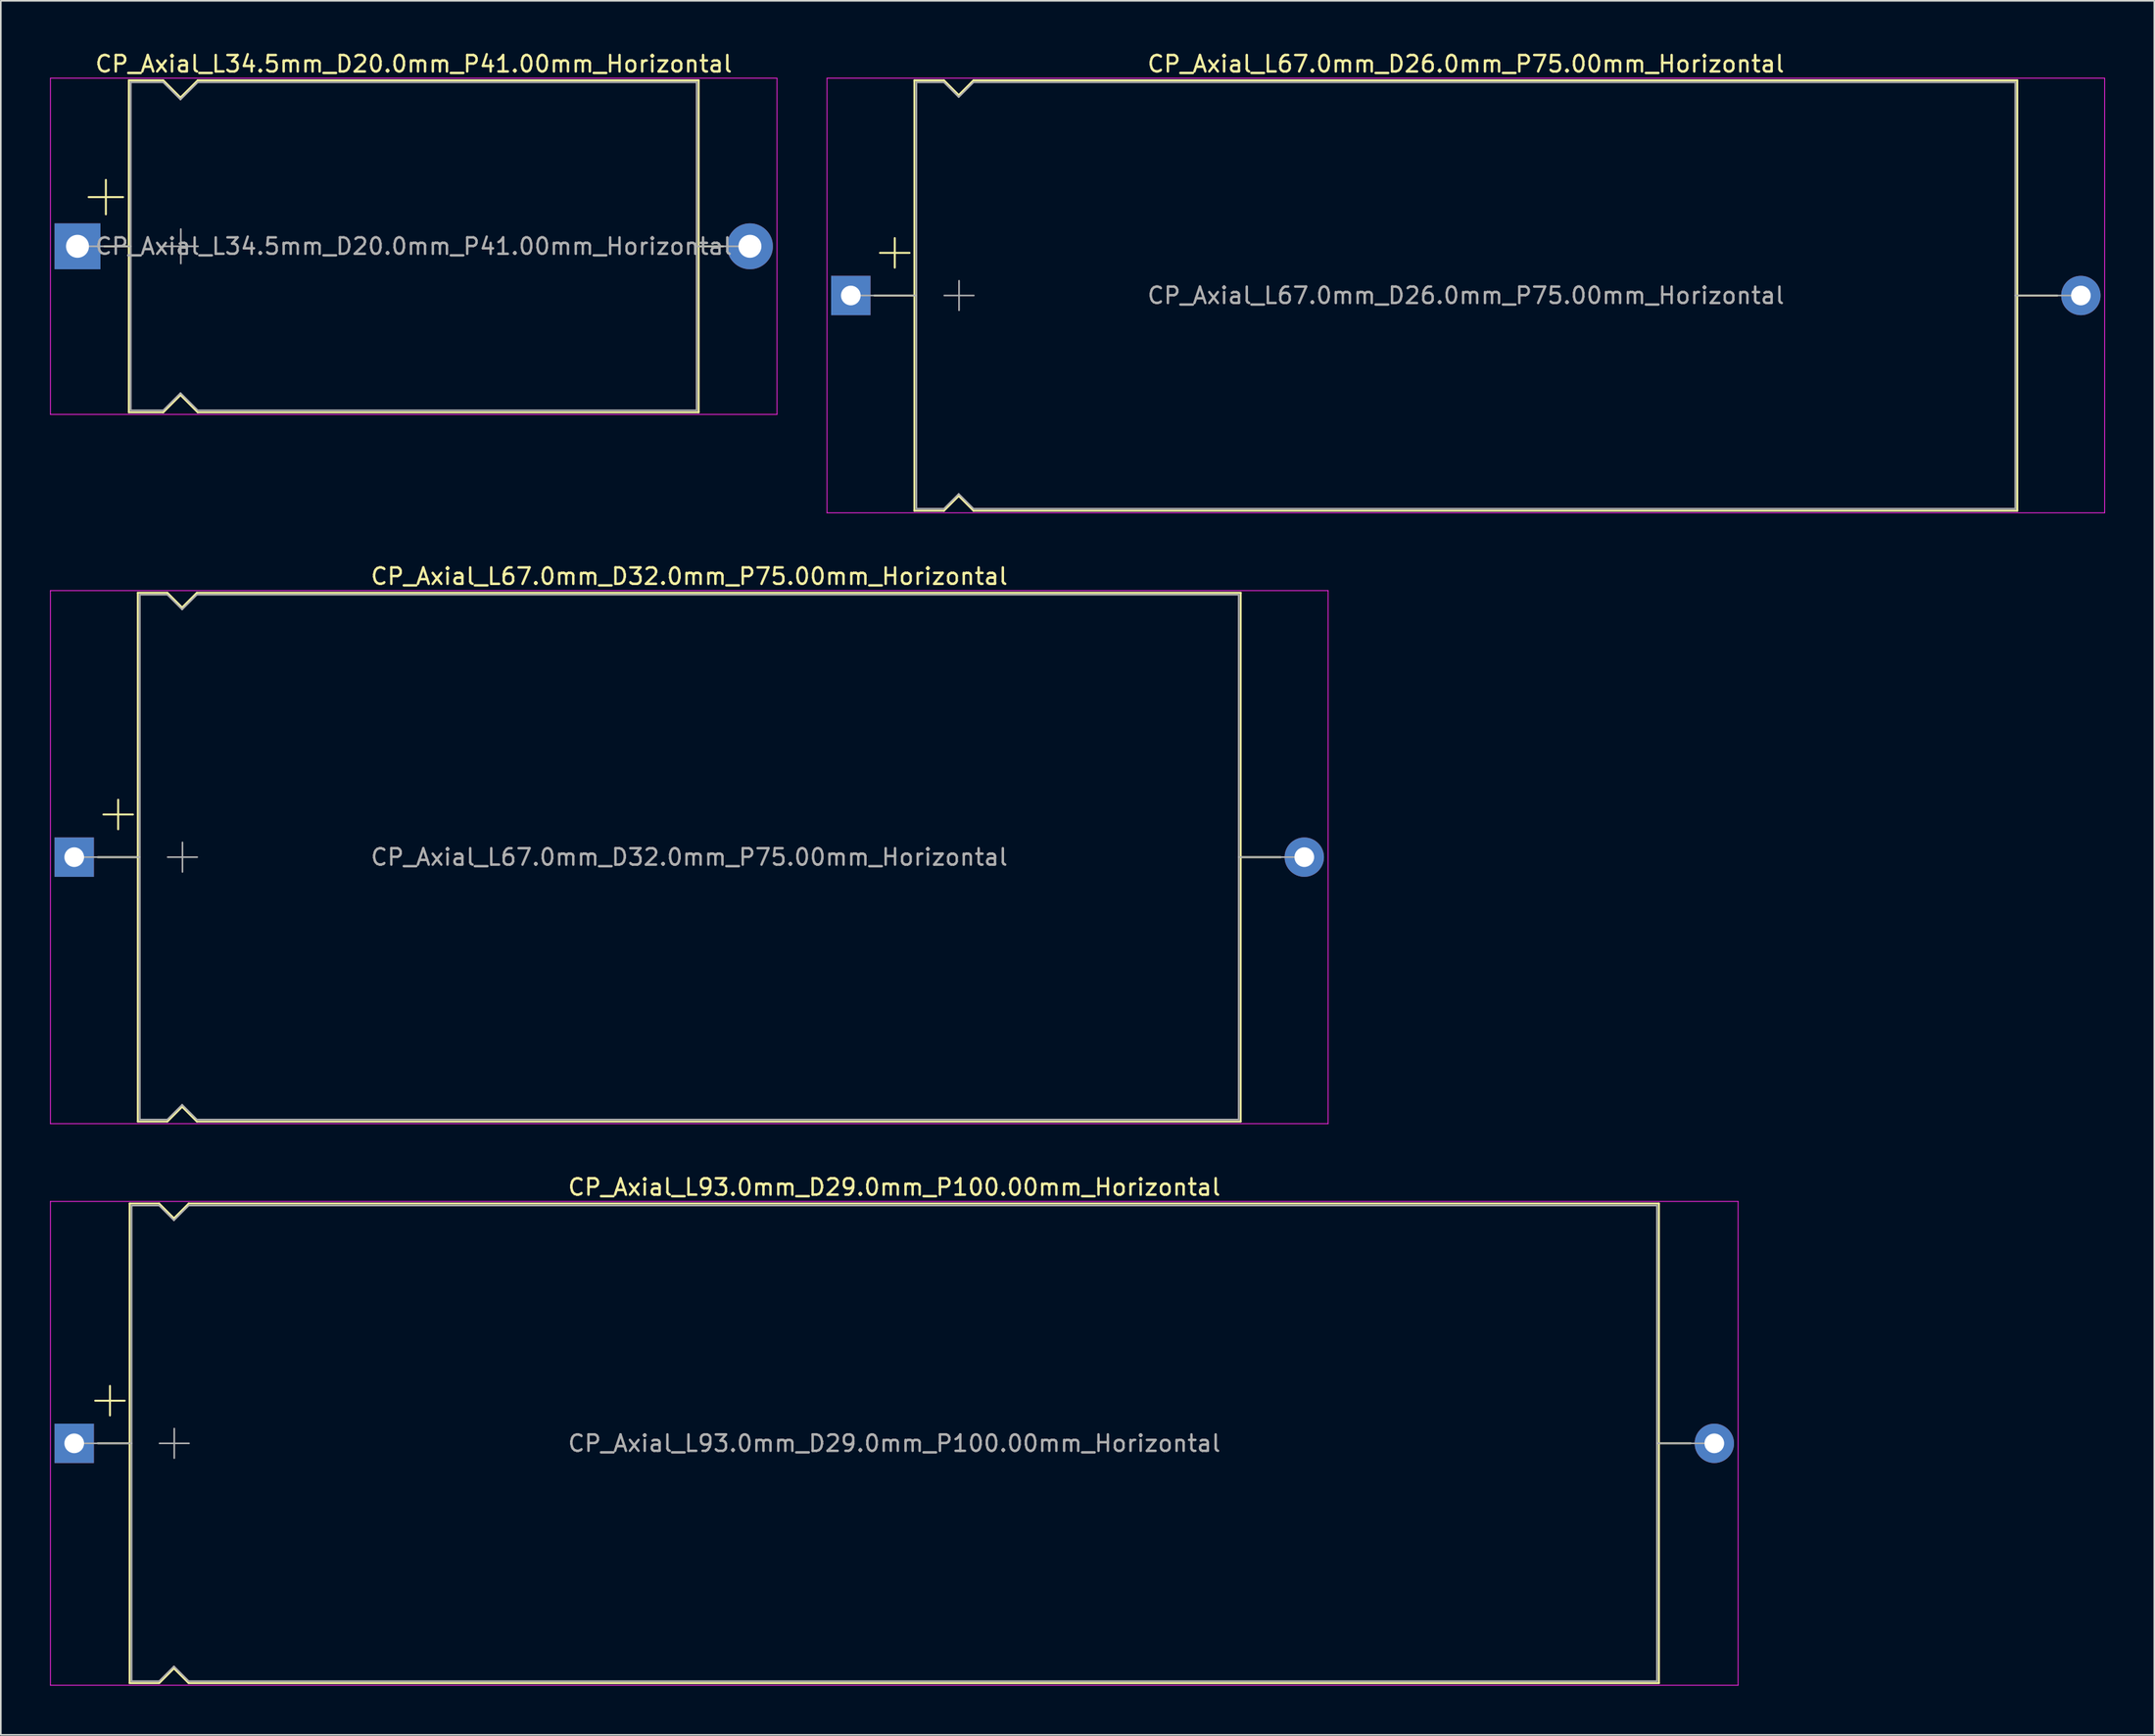
<source format=kicad_pcb>
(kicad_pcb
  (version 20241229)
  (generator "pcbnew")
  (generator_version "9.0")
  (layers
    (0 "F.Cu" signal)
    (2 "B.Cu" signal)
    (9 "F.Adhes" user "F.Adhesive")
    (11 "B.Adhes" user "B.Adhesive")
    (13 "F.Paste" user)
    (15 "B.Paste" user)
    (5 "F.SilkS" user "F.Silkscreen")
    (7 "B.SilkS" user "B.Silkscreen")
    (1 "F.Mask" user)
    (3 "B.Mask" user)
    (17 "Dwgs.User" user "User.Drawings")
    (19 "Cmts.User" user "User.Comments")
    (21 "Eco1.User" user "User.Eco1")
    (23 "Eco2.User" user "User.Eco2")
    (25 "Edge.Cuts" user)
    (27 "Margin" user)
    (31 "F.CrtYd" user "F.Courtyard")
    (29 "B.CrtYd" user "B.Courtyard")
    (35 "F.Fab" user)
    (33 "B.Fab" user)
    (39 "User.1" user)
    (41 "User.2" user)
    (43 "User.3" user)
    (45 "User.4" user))
  (footprint "CP_Axial_L67.0mm_D32.0mm_P75.00mm_Horizontal"
    (layer "F.Cu")
    (at 1.475 49.212)
    (property "Reference" "CP_Axial_L67.0mm_D32.0mm_P75.00mm_Horizontal" (at 37.5 -17.12 0) (layer "F.SilkS") (effects (font (size 1 1) (thickness 0.15))))
    (attr through_hole)
    (fp_line (start 1.44 0) (end 3.88 0) (stroke (width 0.12) (type solid)) (layer "F.SilkS"))
    (fp_line (start 1.78 -2.6) (end 3.58 -2.6) (stroke (width 0.12) (type solid)) (layer "F.SilkS"))
    (fp_line (start 2.68 -3.5) (end 2.68 -1.7) (stroke (width 0.12) (type solid)) (layer "F.SilkS"))
    (fp_line (start 3.88 -16.12) (end 3.88 16.12) (stroke (width 0.12) (type solid)) (layer "F.SilkS"))
    (fp_line (start 3.88 -16.12) (end 5.68 -16.12) (stroke (width 0.12) (type solid)) (layer "F.SilkS"))
    (fp_line (start 3.88 16.12) (end 5.68 16.12) (stroke (width 0.12) (type solid)) (layer "F.SilkS"))
    (fp_line (start 5.68 -16.12) (end 6.58 -15.22) (stroke (width 0.12) (type solid)) (layer "F.SilkS"))
    (fp_line (start 5.68 16.12) (end 6.58 15.22) (stroke (width 0.12) (type solid)) (layer "F.SilkS"))
    (fp_line (start 6.58 -15.22) (end 7.48 -16.12) (stroke (width 0.12) (type solid)) (layer "F.SilkS"))
    (fp_line (start 6.58 15.22) (end 7.48 16.12) (stroke (width 0.12) (type solid)) (layer "F.SilkS"))
    (fp_line (start 7.48 -16.12) (end 71.12 -16.12) (stroke (width 0.12) (type solid)) (layer "F.SilkS"))
    (fp_line (start 7.48 16.12) (end 71.12 16.12) (stroke (width 0.12) (type solid)) (layer "F.SilkS"))
    (fp_line (start 71.12 -16.12) (end 71.12 16.12) (stroke (width 0.12) (type solid)) (layer "F.SilkS"))
    (fp_line (start 73.56 0) (end 71.12 0) (stroke (width 0.12) (type solid)) (layer "F.SilkS"))
    (fp_line (start -1.45 -16.25) (end -1.45 16.25) (stroke (width 0.05) (type solid)) (layer "F.CrtYd"))
    (fp_line (start -1.45 16.25) (end 76.45 16.25) (stroke (width 0.05) (type solid)) (layer "F.CrtYd"))
    (fp_line (start 76.45 -16.25) (end -1.45 -16.25) (stroke (width 0.05) (type solid)) (layer "F.CrtYd"))
    (fp_line (start 76.45 16.25) (end 76.45 -16.25) (stroke (width 0.05) (type solid)) (layer "F.CrtYd"))
    (fp_line (start 0 0) (end 4 0) (stroke (width 0.1) (type solid)) (layer "F.Fab"))
    (fp_line (start 4 -16) (end 4 16) (stroke (width 0.1) (type solid)) (layer "F.Fab"))
    (fp_line (start 4 -16) (end 5.68 -16) (stroke (width 0.1) (type solid)) (layer "F.Fab"))
    (fp_line (start 4 16) (end 5.68 16) (stroke (width 0.1) (type solid)) (layer "F.Fab"))
    (fp_line (start 5.68 -16) (end 6.58 -15.1) (stroke (width 0.1) (type solid)) (layer "F.Fab"))
    (fp_line (start 5.68 16) (end 6.58 15.1) (stroke (width 0.1) (type solid)) (layer "F.Fab"))
    (fp_line (start 5.7 0) (end 7.5 0) (stroke (width 0.1) (type solid)) (layer "F.Fab"))
    (fp_line (start 6.58 -15.1) (end 7.48 -16) (stroke (width 0.1) (type solid)) (layer "F.Fab"))
    (fp_line (start 6.58 15.1) (end 7.48 16) (stroke (width 0.1) (type solid)) (layer "F.Fab"))
    (fp_line (start 6.6 -0.9) (end 6.6 0.9) (stroke (width 0.1) (type solid)) (layer "F.Fab"))
    (fp_line (start 7.48 -16) (end 71 -16) (stroke (width 0.1) (type solid)) (layer "F.Fab"))
    (fp_line (start 7.48 16) (end 71 16) (stroke (width 0.1) (type solid)) (layer "F.Fab"))
    (fp_line (start 71 -16) (end 71 16) (stroke (width 0.1) (type solid)) (layer "F.Fab"))
    (fp_line (start 75 0) (end 71 0) (stroke (width 0.1) (type solid)) (layer "F.Fab"))
    (fp_text user "${REFERENCE}" (at 37.5 0 0) (layer "F.Fab") (effects (font (size 1 1) (thickness 0.15))))
    (pad "1" thru_hole rect (at 0 0) (size 2.4 2.4) (drill 1.2) (layers "*.Cu" "*.Mask"))
    (pad "2" thru_hole oval (at 75 0) (size 2.4 2.4) (drill 1.2) (layers "*.Cu" "*.Mask")))
  (footprint "CP_Axial_L34.5mm_D20.0mm_P41.00mm_Horizontal"
    (layer "F.Cu")
    (at 1.675 11.968)
    (property "Reference" "CP_Axial_L34.5mm_D20.0mm_P41.00mm_Horizontal" (at 20.5 -11.12 0) (layer "F.SilkS") (effects (font (size 1 1) (thickness 0.15))))
    (attr through_hole)
    (fp_line (start 0.68 -3) (end 2.78 -3) (stroke (width 0.12) (type solid)) (layer "F.SilkS"))
    (fp_line (start 1.64 0) (end 3.13 0) (stroke (width 0.12) (type solid)) (layer "F.SilkS"))
    (fp_line (start 1.73 -4.05) (end 1.73 -1.95) (stroke (width 0.12) (type solid)) (layer "F.SilkS"))
    (fp_line (start 3.13 -10.12) (end 3.13 10.12) (stroke (width 0.12) (type solid)) (layer "F.SilkS"))
    (fp_line (start 3.13 -10.12) (end 5.23 -10.12) (stroke (width 0.12) (type solid)) (layer "F.SilkS"))
    (fp_line (start 3.13 10.12) (end 5.23 10.12) (stroke (width 0.12) (type solid)) (layer "F.SilkS"))
    (fp_line (start 5.23 -10.12) (end 6.28 -9.07) (stroke (width 0.12) (type solid)) (layer "F.SilkS"))
    (fp_line (start 5.23 10.12) (end 6.28 9.07) (stroke (width 0.12) (type solid)) (layer "F.SilkS"))
    (fp_line (start 6.28 -9.07) (end 7.33 -10.12) (stroke (width 0.12) (type solid)) (layer "F.SilkS"))
    (fp_line (start 6.28 9.07) (end 7.33 10.12) (stroke (width 0.12) (type solid)) (layer "F.SilkS"))
    (fp_line (start 7.33 -10.12) (end 37.87 -10.12) (stroke (width 0.12) (type solid)) (layer "F.SilkS"))
    (fp_line (start 7.33 10.12) (end 37.87 10.12) (stroke (width 0.12) (type solid)) (layer "F.SilkS"))
    (fp_line (start 37.87 -10.12) (end 37.87 10.12) (stroke (width 0.12) (type solid)) (layer "F.SilkS"))
    (fp_line (start 39.36 0) (end 37.87 0) (stroke (width 0.12) (type solid)) (layer "F.SilkS"))
    (fp_line (start -1.65 -10.25) (end -1.65 10.25) (stroke (width 0.05) (type solid)) (layer "F.CrtYd"))
    (fp_line (start -1.65 10.25) (end 42.65 10.25) (stroke (width 0.05) (type solid)) (layer "F.CrtYd"))
    (fp_line (start 42.65 -10.25) (end -1.65 -10.25) (stroke (width 0.05) (type solid)) (layer "F.CrtYd"))
    (fp_line (start 42.65 10.25) (end 42.65 -10.25) (stroke (width 0.05) (type solid)) (layer "F.CrtYd"))
    (fp_line (start 0 0) (end 3.25 0) (stroke (width 0.1) (type solid)) (layer "F.Fab"))
    (fp_line (start 3.25 -10) (end 3.25 10) (stroke (width 0.1) (type solid)) (layer "F.Fab"))
    (fp_line (start 3.25 -10) (end 5.23 -10) (stroke (width 0.1) (type solid)) (layer "F.Fab"))
    (fp_line (start 3.25 10) (end 5.23 10) (stroke (width 0.1) (type solid)) (layer "F.Fab"))
    (fp_line (start 5.23 -10) (end 6.28 -8.95) (stroke (width 0.1) (type solid)) (layer "F.Fab"))
    (fp_line (start 5.23 10) (end 6.28 8.95) (stroke (width 0.1) (type solid)) (layer "F.Fab"))
    (fp_line (start 5.25 0) (end 7.35 0) (stroke (width 0.1) (type solid)) (layer "F.Fab"))
    (fp_line (start 6.28 -8.95) (end 7.33 -10) (stroke (width 0.1) (type solid)) (layer "F.Fab"))
    (fp_line (start 6.28 8.95) (end 7.33 10) (stroke (width 0.1) (type solid)) (layer "F.Fab"))
    (fp_line (start 6.3 -1.05) (end 6.3 1.05) (stroke (width 0.1) (type solid)) (layer "F.Fab"))
    (fp_line (start 7.33 -10) (end 37.75 -10) (stroke (width 0.1) (type solid)) (layer "F.Fab"))
    (fp_line (start 7.33 10) (end 37.75 10) (stroke (width 0.1) (type solid)) (layer "F.Fab"))
    (fp_line (start 37.75 -10) (end 37.75 10) (stroke (width 0.1) (type solid)) (layer "F.Fab"))
    (fp_line (start 41 0) (end 37.75 0) (stroke (width 0.1) (type solid)) (layer "F.Fab"))
    (fp_text user "${REFERENCE}" (at 20.5 0 0) (layer "F.Fab") (effects (font (size 1 1) (thickness 0.15))))
    (pad "1" thru_hole rect (at 0 0) (size 2.8 2.8) (drill 1.4) (layers "*.Cu" "*.Mask"))
    (pad "2" thru_hole oval (at 41 0) (size 2.8 2.8) (drill 1.4) (layers "*.Cu" "*.Mask")))
  (footprint "CP_Axial_L67.0mm_D26.0mm_P75.00mm_Horizontal"
    (layer "F.Cu")
    (at 48.825 14.968)
    (property "Reference" "CP_Axial_L67.0mm_D26.0mm_P75.00mm_Horizontal" (at 37.5 -14.12 0) (layer "F.SilkS") (effects (font (size 1 1) (thickness 0.15))))
    (attr through_hole)
    (fp_line (start 1.44 0) (end 3.88 0) (stroke (width 0.12) (type solid)) (layer "F.SilkS"))
    (fp_line (start 1.78 -2.6) (end 3.58 -2.6) (stroke (width 0.12) (type solid)) (layer "F.SilkS"))
    (fp_line (start 2.68 -3.5) (end 2.68 -1.7) (stroke (width 0.12) (type solid)) (layer "F.SilkS"))
    (fp_line (start 3.88 -13.12) (end 3.88 13.12) (stroke (width 0.12) (type solid)) (layer "F.SilkS"))
    (fp_line (start 3.88 -13.12) (end 5.68 -13.12) (stroke (width 0.12) (type solid)) (layer "F.SilkS"))
    (fp_line (start 3.88 13.12) (end 5.68 13.12) (stroke (width 0.12) (type solid)) (layer "F.SilkS"))
    (fp_line (start 5.68 -13.12) (end 6.58 -12.22) (stroke (width 0.12) (type solid)) (layer "F.SilkS"))
    (fp_line (start 5.68 13.12) (end 6.58 12.22) (stroke (width 0.12) (type solid)) (layer "F.SilkS"))
    (fp_line (start 6.58 -12.22) (end 7.48 -13.12) (stroke (width 0.12) (type solid)) (layer "F.SilkS"))
    (fp_line (start 6.58 12.22) (end 7.48 13.12) (stroke (width 0.12) (type solid)) (layer "F.SilkS"))
    (fp_line (start 7.48 -13.12) (end 71.12 -13.12) (stroke (width 0.12) (type solid)) (layer "F.SilkS"))
    (fp_line (start 7.48 13.12) (end 71.12 13.12) (stroke (width 0.12) (type solid)) (layer "F.SilkS"))
    (fp_line (start 71.12 -13.12) (end 71.12 13.12) (stroke (width 0.12) (type solid)) (layer "F.SilkS"))
    (fp_line (start 73.56 0) (end 71.12 0) (stroke (width 0.12) (type solid)) (layer "F.SilkS"))
    (fp_line (start -1.45 -13.25) (end -1.45 13.25) (stroke (width 0.05) (type solid)) (layer "F.CrtYd"))
    (fp_line (start -1.45 13.25) (end 76.45 13.25) (stroke (width 0.05) (type solid)) (layer "F.CrtYd"))
    (fp_line (start 76.45 -13.25) (end -1.45 -13.25) (stroke (width 0.05) (type solid)) (layer "F.CrtYd"))
    (fp_line (start 76.45 13.25) (end 76.45 -13.25) (stroke (width 0.05) (type solid)) (layer "F.CrtYd"))
    (fp_line (start 0 0) (end 4 0) (stroke (width 0.1) (type solid)) (layer "F.Fab"))
    (fp_line (start 4 -13) (end 4 13) (stroke (width 0.1) (type solid)) (layer "F.Fab"))
    (fp_line (start 4 -13) (end 5.68 -13) (stroke (width 0.1) (type solid)) (layer "F.Fab"))
    (fp_line (start 4 13) (end 5.68 13) (stroke (width 0.1) (type solid)) (layer "F.Fab"))
    (fp_line (start 5.68 -13) (end 6.58 -12.1) (stroke (width 0.1) (type solid)) (layer "F.Fab"))
    (fp_line (start 5.68 13) (end 6.58 12.1) (stroke (width 0.1) (type solid)) (layer "F.Fab"))
    (fp_line (start 5.7 0) (end 7.5 0) (stroke (width 0.1) (type solid)) (layer "F.Fab"))
    (fp_line (start 6.58 -12.1) (end 7.48 -13) (stroke (width 0.1) (type solid)) (layer "F.Fab"))
    (fp_line (start 6.58 12.1) (end 7.48 13) (stroke (width 0.1) (type solid)) (layer "F.Fab"))
    (fp_line (start 6.6 -0.9) (end 6.6 0.9) (stroke (width 0.1) (type solid)) (layer "F.Fab"))
    (fp_line (start 7.48 -13) (end 71 -13) (stroke (width 0.1) (type solid)) (layer "F.Fab"))
    (fp_line (start 7.48 13) (end 71 13) (stroke (width 0.1) (type solid)) (layer "F.Fab"))
    (fp_line (start 71 -13) (end 71 13) (stroke (width 0.1) (type solid)) (layer "F.Fab"))
    (fp_line (start 75 0) (end 71 0) (stroke (width 0.1) (type solid)) (layer "F.Fab"))
    (fp_text user "${REFERENCE}" (at 37.5 0 0) (layer "F.Fab") (effects (font (size 1 1) (thickness 0.15))))
    (pad "1" thru_hole rect (at 0 0) (size 2.4 2.4) (drill 1.2) (layers "*.Cu" "*.Mask"))
    (pad "2" thru_hole oval (at 75 0) (size 2.4 2.4) (drill 1.2) (layers "*.Cu" "*.Mask")))
  (footprint "CP_Axial_L93.0mm_D29.0mm_P100.00mm_Horizontal"
    (layer "F.Cu")
    (at 1.475 84.955)
    (property "Reference" "CP_Axial_L93.0mm_D29.0mm_P100.00mm_Horizontal" (at 50 -15.62 0) (layer "F.SilkS") (effects (font (size 1 1) (thickness 0.15))))
    (attr through_hole)
    (fp_line (start 1.28 -2.6) (end 3.08 -2.6) (stroke (width 0.12) (type solid)) (layer "F.SilkS"))
    (fp_line (start 1.44 0) (end 3.38 0) (stroke (width 0.12) (type solid)) (layer "F.SilkS"))
    (fp_line (start 2.18 -3.5) (end 2.18 -1.7) (stroke (width 0.12) (type solid)) (layer "F.SilkS"))
    (fp_line (start 3.38 -14.62) (end 3.38 14.62) (stroke (width 0.12) (type solid)) (layer "F.SilkS"))
    (fp_line (start 3.38 -14.62) (end 5.18 -14.62) (stroke (width 0.12) (type solid)) (layer "F.SilkS"))
    (fp_line (start 3.38 14.62) (end 5.18 14.62) (stroke (width 0.12) (type solid)) (layer "F.SilkS"))
    (fp_line (start 5.18 -14.62) (end 6.08 -13.72) (stroke (width 0.12) (type solid)) (layer "F.SilkS"))
    (fp_line (start 5.18 14.62) (end 6.08 13.72) (stroke (width 0.12) (type solid)) (layer "F.SilkS"))
    (fp_line (start 6.08 -13.72) (end 6.98 -14.62) (stroke (width 0.12) (type solid)) (layer "F.SilkS"))
    (fp_line (start 6.08 13.72) (end 6.98 14.62) (stroke (width 0.12) (type solid)) (layer "F.SilkS"))
    (fp_line (start 6.98 -14.62) (end 96.62 -14.62) (stroke (width 0.12) (type solid)) (layer "F.SilkS"))
    (fp_line (start 6.98 14.62) (end 96.62 14.62) (stroke (width 0.12) (type solid)) (layer "F.SilkS"))
    (fp_line (start 96.62 -14.62) (end 96.62 14.62) (stroke (width 0.12) (type solid)) (layer "F.SilkS"))
    (fp_line (start 98.56 0) (end 96.62 0) (stroke (width 0.12) (type solid)) (layer "F.SilkS"))
    (fp_line (start -1.45 -14.75) (end -1.45 14.75) (stroke (width 0.05) (type solid)) (layer "F.CrtYd"))
    (fp_line (start -1.45 14.75) (end 101.45 14.75) (stroke (width 0.05) (type solid)) (layer "F.CrtYd"))
    (fp_line (start 101.45 -14.75) (end -1.45 -14.75) (stroke (width 0.05) (type solid)) (layer "F.CrtYd"))
    (fp_line (start 101.45 14.75) (end 101.45 -14.75) (stroke (width 0.05) (type solid)) (layer "F.CrtYd"))
    (fp_line (start 0 0) (end 3.5 0) (stroke (width 0.1) (type solid)) (layer "F.Fab"))
    (fp_line (start 3.5 -14.5) (end 3.5 14.5) (stroke (width 0.1) (type solid)) (layer "F.Fab"))
    (fp_line (start 3.5 -14.5) (end 5.18 -14.5) (stroke (width 0.1) (type solid)) (layer "F.Fab"))
    (fp_line (start 3.5 14.5) (end 5.18 14.5) (stroke (width 0.1) (type solid)) (layer "F.Fab"))
    (fp_line (start 5.18 -14.5) (end 6.08 -13.6) (stroke (width 0.1) (type solid)) (layer "F.Fab"))
    (fp_line (start 5.18 14.5) (end 6.08 13.6) (stroke (width 0.1) (type solid)) (layer "F.Fab"))
    (fp_line (start 5.2 0) (end 7 0) (stroke (width 0.1) (type solid)) (layer "F.Fab"))
    (fp_line (start 6.08 -13.6) (end 6.98 -14.5) (stroke (width 0.1) (type solid)) (layer "F.Fab"))
    (fp_line (start 6.08 13.6) (end 6.98 14.5) (stroke (width 0.1) (type solid)) (layer "F.Fab"))
    (fp_line (start 6.1 -0.9) (end 6.1 0.9) (stroke (width 0.1) (type solid)) (layer "F.Fab"))
    (fp_line (start 6.98 -14.5) (end 96.5 -14.5) (stroke (width 0.1) (type solid)) (layer "F.Fab"))
    (fp_line (start 6.98 14.5) (end 96.5 14.5) (stroke (width 0.1) (type solid)) (layer "F.Fab"))
    (fp_line (start 96.5 -14.5) (end 96.5 14.5) (stroke (width 0.1) (type solid)) (layer "F.Fab"))
    (fp_line (start 100 0) (end 96.5 0) (stroke (width 0.1) (type solid)) (layer "F.Fab"))
    (fp_text user "${REFERENCE}" (at 50 0 0) (layer "F.Fab") (effects (font (size 1 1) (thickness 0.15))))
    (pad "1" thru_hole rect (at 0 0) (size 2.4 2.4) (drill 1.2) (layers "*.Cu" "*.Mask"))
    (pad "2" thru_hole oval (at 100 0) (size 2.4 2.4) (drill 1.2) (layers "*.Cu" "*.Mask")))
  (gr_rect
    (start -3 -3)
    (end 128.3 102.73)
    (stroke (width 0.1) (type default))
    (fill no)
    (layer "Edge.Cuts")))
</source>
